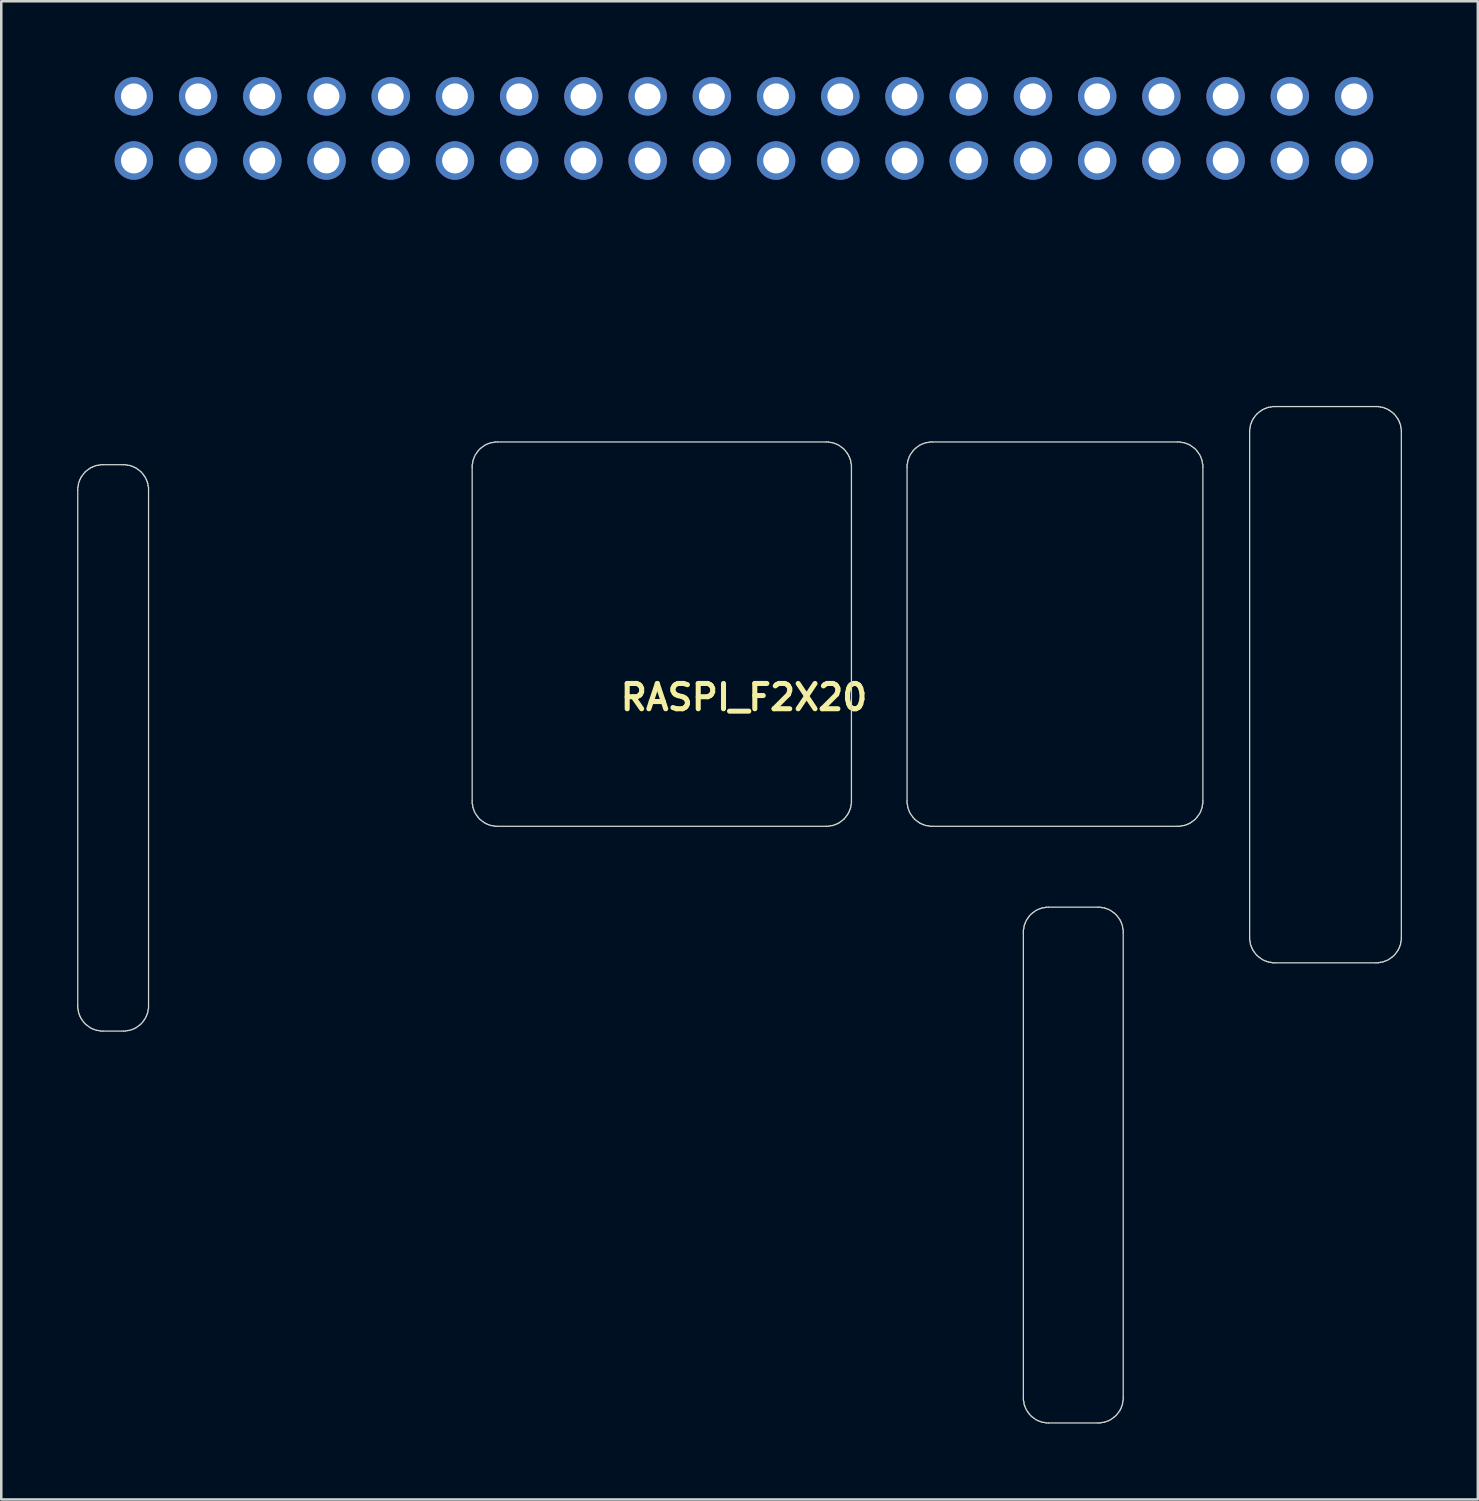
<source format=kicad_pcb>
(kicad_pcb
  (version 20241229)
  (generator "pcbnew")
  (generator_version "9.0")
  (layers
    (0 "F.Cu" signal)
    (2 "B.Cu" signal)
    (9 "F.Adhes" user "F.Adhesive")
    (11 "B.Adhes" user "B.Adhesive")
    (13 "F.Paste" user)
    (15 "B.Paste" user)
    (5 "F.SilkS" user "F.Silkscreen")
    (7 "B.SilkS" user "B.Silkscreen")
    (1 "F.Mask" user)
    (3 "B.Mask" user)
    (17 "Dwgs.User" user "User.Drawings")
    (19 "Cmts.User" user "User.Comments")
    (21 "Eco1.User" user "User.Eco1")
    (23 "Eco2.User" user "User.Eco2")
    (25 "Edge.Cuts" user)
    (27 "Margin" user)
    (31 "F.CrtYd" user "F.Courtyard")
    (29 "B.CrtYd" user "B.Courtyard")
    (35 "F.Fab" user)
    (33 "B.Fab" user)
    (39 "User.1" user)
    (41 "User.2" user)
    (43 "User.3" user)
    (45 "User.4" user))
  (footprint "RASPI_F2X20"
    (layer "F.Cu")
    (at 26.375 26.53)
    (property "Reference" "RASPI_F2X20" (at 0 -2 0) (layer "F.SilkS") (effects (font (size 1 1) (thickness 0.2))))
    (attr through_hole)
    (fp_line (start -26.35 -10.29) (end -26.35 -10.2) (stroke (width 0.05) (type solid)) (layer "Edge.Cuts"))
    (fp_line (start -26.35 -10.2) (end -26.35 10.2) (stroke (width 0.05) (type solid)) (layer "Edge.Cuts"))
    (fp_line (start -26.35 10.2) (end -26.35 10.29) (stroke (width 0.05) (type solid)) (layer "Edge.Cuts"))
    (fp_line (start -26.35 10.29) (end -26.33 10.37) (stroke (width 0.05) (type solid)) (layer "Edge.Cuts"))
    (fp_line (start -26.33 -10.37) (end -26.35 -10.29) (stroke (width 0.05) (type solid)) (layer "Edge.Cuts"))
    (fp_line (start -26.33 10.37) (end -26.32 10.46) (stroke (width 0.05) (type solid)) (layer "Edge.Cuts"))
    (fp_line (start -26.32 -10.46) (end -26.33 -10.37) (stroke (width 0.05) (type solid)) (layer "Edge.Cuts"))
    (fp_line (start -26.32 10.46) (end -26.29 10.54) (stroke (width 0.05) (type solid)) (layer "Edge.Cuts"))
    (fp_line (start -26.29 -10.54) (end -26.32 -10.46) (stroke (width 0.05) (type solid)) (layer "Edge.Cuts"))
    (fp_line (start -26.29 10.54) (end -26.26 10.62) (stroke (width 0.05) (type solid)) (layer "Edge.Cuts"))
    (fp_line (start -26.26 -10.62) (end -26.29 -10.54) (stroke (width 0.05) (type solid)) (layer "Edge.Cuts"))
    (fp_line (start -26.26 10.62) (end -26.22 10.7) (stroke (width 0.05) (type solid)) (layer "Edge.Cuts"))
    (fp_line (start -26.22 -10.7) (end -26.26 -10.62) (stroke (width 0.05) (type solid)) (layer "Edge.Cuts"))
    (fp_line (start -26.22 10.7) (end -26.17 10.77) (stroke (width 0.05) (type solid)) (layer "Edge.Cuts"))
    (fp_line (start -26.17 -10.77) (end -26.22 -10.7) (stroke (width 0.05) (type solid)) (layer "Edge.Cuts"))
    (fp_line (start -26.17 10.77) (end -26.12 10.84) (stroke (width 0.05) (type solid)) (layer "Edge.Cuts"))
    (fp_line (start -26.12 -10.84) (end -26.17 -10.77) (stroke (width 0.05) (type solid)) (layer "Edge.Cuts"))
    (fp_line (start -26.12 10.84) (end -26.06 10.91) (stroke (width 0.05) (type solid)) (layer "Edge.Cuts"))
    (fp_line (start -26.06 -10.91) (end -26.12 -10.84) (stroke (width 0.05) (type solid)) (layer "Edge.Cuts"))
    (fp_line (start -26.06 10.91) (end -25.99 10.97) (stroke (width 0.05) (type solid)) (layer "Edge.Cuts"))
    (fp_line (start -25.99 -10.97) (end -26.06 -10.91) (stroke (width 0.05) (type solid)) (layer "Edge.Cuts"))
    (fp_line (start -25.99 10.97) (end -25.92 11.02) (stroke (width 0.05) (type solid)) (layer "Edge.Cuts"))
    (fp_line (start -25.92 -11.02) (end -25.99 -10.97) (stroke (width 0.05) (type solid)) (layer "Edge.Cuts"))
    (fp_line (start -25.92 11.02) (end -25.85 11.07) (stroke (width 0.05) (type solid)) (layer "Edge.Cuts"))
    (fp_line (start -25.85 -11.07) (end -25.92 -11.02) (stroke (width 0.05) (type solid)) (layer "Edge.Cuts"))
    (fp_line (start -25.85 11.07) (end -25.77 11.11) (stroke (width 0.05) (type solid)) (layer "Edge.Cuts"))
    (fp_line (start -25.77 -11.11) (end -25.85 -11.07) (stroke (width 0.05) (type solid)) (layer "Edge.Cuts"))
    (fp_line (start -25.77 11.11) (end -25.69 11.14) (stroke (width 0.05) (type solid)) (layer "Edge.Cuts"))
    (fp_line (start -25.69 -11.14) (end -25.77 -11.11) (stroke (width 0.05) (type solid)) (layer "Edge.Cuts"))
    (fp_line (start -25.69 11.14) (end -25.61 11.17) (stroke (width 0.05) (type solid)) (layer "Edge.Cuts"))
    (fp_line (start -25.61 -11.17) (end -25.69 -11.14) (stroke (width 0.05) (type solid)) (layer "Edge.Cuts"))
    (fp_line (start -25.61 11.17) (end -25.52 11.18) (stroke (width 0.05) (type solid)) (layer "Edge.Cuts"))
    (fp_line (start -25.52 -11.18) (end -25.61 -11.17) (stroke (width 0.05) (type solid)) (layer "Edge.Cuts"))
    (fp_line (start -25.52 11.18) (end -25.44 11.2) (stroke (width 0.05) (type solid)) (layer "Edge.Cuts"))
    (fp_line (start -25.44 -11.2) (end -25.52 -11.18) (stroke (width 0.05) (type solid)) (layer "Edge.Cuts"))
    (fp_line (start -25.44 11.2) (end -25.35 11.2) (stroke (width 0.05) (type solid)) (layer "Edge.Cuts"))
    (fp_line (start -25.35 -11.2) (end -25.44 -11.2) (stroke (width 0.05) (type solid)) (layer "Edge.Cuts"))
    (fp_line (start -25.35 11.2) (end -24.55 11.2) (stroke (width 0.05) (type solid)) (layer "Edge.Cuts"))
    (fp_line (start -24.55 -11.2) (end -25.35 -11.2) (stroke (width 0.05) (type solid)) (layer "Edge.Cuts"))
    (fp_line (start -24.55 11.2) (end -24.46 11.2) (stroke (width 0.05) (type solid)) (layer "Edge.Cuts"))
    (fp_line (start -24.46 -11.2) (end -24.55 -11.2) (stroke (width 0.05) (type solid)) (layer "Edge.Cuts"))
    (fp_line (start -24.46 11.2) (end -24.38 11.18) (stroke (width 0.05) (type solid)) (layer "Edge.Cuts"))
    (fp_line (start -24.38 -11.18) (end -24.46 -11.2) (stroke (width 0.05) (type solid)) (layer "Edge.Cuts"))
    (fp_line (start -24.38 11.18) (end -24.29 11.17) (stroke (width 0.05) (type solid)) (layer "Edge.Cuts"))
    (fp_line (start -24.29 -11.17) (end -24.38 -11.18) (stroke (width 0.05) (type solid)) (layer "Edge.Cuts"))
    (fp_line (start -24.29 11.17) (end -24.21 11.14) (stroke (width 0.05) (type solid)) (layer "Edge.Cuts"))
    (fp_line (start -24.21 -11.14) (end -24.29 -11.17) (stroke (width 0.05) (type solid)) (layer "Edge.Cuts"))
    (fp_line (start -24.21 11.14) (end -24.13 11.11) (stroke (width 0.05) (type solid)) (layer "Edge.Cuts"))
    (fp_line (start -24.13 -11.11) (end -24.21 -11.14) (stroke (width 0.05) (type solid)) (layer "Edge.Cuts"))
    (fp_line (start -24.13 11.11) (end -24.05 11.07) (stroke (width 0.05) (type solid)) (layer "Edge.Cuts"))
    (fp_line (start -24.05 -11.07) (end -24.13 -11.11) (stroke (width 0.05) (type solid)) (layer "Edge.Cuts"))
    (fp_line (start -24.05 11.07) (end -23.98 11.02) (stroke (width 0.05) (type solid)) (layer "Edge.Cuts"))
    (fp_line (start -23.98 -11.02) (end -24.05 -11.07) (stroke (width 0.05) (type solid)) (layer "Edge.Cuts"))
    (fp_line (start -23.98 11.02) (end -23.91 10.97) (stroke (width 0.05) (type solid)) (layer "Edge.Cuts"))
    (fp_line (start -23.91 -10.97) (end -23.98 -11.02) (stroke (width 0.05) (type solid)) (layer "Edge.Cuts"))
    (fp_line (start -23.91 10.97) (end -23.84 10.91) (stroke (width 0.05) (type solid)) (layer "Edge.Cuts"))
    (fp_line (start -23.84 -10.91) (end -23.91 -10.97) (stroke (width 0.05) (type solid)) (layer "Edge.Cuts"))
    (fp_line (start -23.84 10.91) (end -23.78 10.84) (stroke (width 0.05) (type solid)) (layer "Edge.Cuts"))
    (fp_line (start -23.78 -10.84) (end -23.84 -10.91) (stroke (width 0.05) (type solid)) (layer "Edge.Cuts"))
    (fp_line (start -23.78 10.84) (end -23.73 10.77) (stroke (width 0.05) (type solid)) (layer "Edge.Cuts"))
    (fp_line (start -23.73 -10.77) (end -23.78 -10.84) (stroke (width 0.05) (type solid)) (layer "Edge.Cuts"))
    (fp_line (start -23.73 10.77) (end -23.68 10.7) (stroke (width 0.05) (type solid)) (layer "Edge.Cuts"))
    (fp_line (start -23.68 -10.7) (end -23.73 -10.77) (stroke (width 0.05) (type solid)) (layer "Edge.Cuts"))
    (fp_line (start -23.68 10.7) (end -23.64 10.62) (stroke (width 0.05) (type solid)) (layer "Edge.Cuts"))
    (fp_line (start -23.64 -10.62) (end -23.68 -10.7) (stroke (width 0.05) (type solid)) (layer "Edge.Cuts"))
    (fp_line (start -23.64 10.62) (end -23.61 10.54) (stroke (width 0.05) (type solid)) (layer "Edge.Cuts"))
    (fp_line (start -23.61 -10.54) (end -23.64 -10.62) (stroke (width 0.05) (type solid)) (layer "Edge.Cuts"))
    (fp_line (start -23.61 10.54) (end -23.58 10.46) (stroke (width 0.05) (type solid)) (layer "Edge.Cuts"))
    (fp_line (start -23.58 -10.46) (end -23.61 -10.54) (stroke (width 0.05) (type solid)) (layer "Edge.Cuts"))
    (fp_line (start -23.58 10.46) (end -23.57 10.37) (stroke (width 0.05) (type solid)) (layer "Edge.Cuts"))
    (fp_line (start -23.57 -10.37) (end -23.58 -10.46) (stroke (width 0.05) (type solid)) (layer "Edge.Cuts"))
    (fp_line (start -23.57 10.37) (end -23.55 10.29) (stroke (width 0.05) (type solid)) (layer "Edge.Cuts"))
    (fp_line (start -23.55 -10.29) (end -23.57 -10.37) (stroke (width 0.05) (type solid)) (layer "Edge.Cuts"))
    (fp_line (start -23.55 -10.2) (end -23.55 -10.29) (stroke (width 0.05) (type solid)) (layer "Edge.Cuts"))
    (fp_line (start -23.55 10.2) (end -23.55 -10.2) (stroke (width 0.05) (type solid)) (layer "Edge.Cuts"))
    (fp_line (start -23.55 10.29) (end -23.55 10.2) (stroke (width 0.05) (type solid)) (layer "Edge.Cuts"))
    (fp_line (start -10.75 -11.19) (end -10.75 -11.1) (stroke (width 0.05) (type solid)) (layer "Edge.Cuts"))
    (fp_line (start -10.75 -11.1) (end -10.75 2.1) (stroke (width 0.05) (type solid)) (layer "Edge.Cuts"))
    (fp_line (start -10.75 2.1) (end -10.75 2.19) (stroke (width 0.05) (type solid)) (layer "Edge.Cuts"))
    (fp_line (start -10.75 2.19) (end -10.73 2.27) (stroke (width 0.05) (type solid)) (layer "Edge.Cuts"))
    (fp_line (start -10.73 -11.27) (end -10.75 -11.19) (stroke (width 0.05) (type solid)) (layer "Edge.Cuts"))
    (fp_line (start -10.73 2.27) (end -10.72 2.36) (stroke (width 0.05) (type solid)) (layer "Edge.Cuts"))
    (fp_line (start -10.72 -11.36) (end -10.73 -11.27) (stroke (width 0.05) (type solid)) (layer "Edge.Cuts"))
    (fp_line (start -10.72 2.36) (end -10.69 2.44) (stroke (width 0.05) (type solid)) (layer "Edge.Cuts"))
    (fp_line (start -10.69 -11.44) (end -10.72 -11.36) (stroke (width 0.05) (type solid)) (layer "Edge.Cuts"))
    (fp_line (start -10.69 2.44) (end -10.66 2.52) (stroke (width 0.05) (type solid)) (layer "Edge.Cuts"))
    (fp_line (start -10.66 -11.52) (end -10.69 -11.44) (stroke (width 0.05) (type solid)) (layer "Edge.Cuts"))
    (fp_line (start -10.66 2.52) (end -10.62 2.6) (stroke (width 0.05) (type solid)) (layer "Edge.Cuts"))
    (fp_line (start -10.62 -11.6) (end -10.66 -11.52) (stroke (width 0.05) (type solid)) (layer "Edge.Cuts"))
    (fp_line (start -10.62 2.6) (end -10.57 2.67) (stroke (width 0.05) (type solid)) (layer "Edge.Cuts"))
    (fp_line (start -10.57 -11.67) (end -10.62 -11.6) (stroke (width 0.05) (type solid)) (layer "Edge.Cuts"))
    (fp_line (start -10.57 2.67) (end -10.52 2.74) (stroke (width 0.05) (type solid)) (layer "Edge.Cuts"))
    (fp_line (start -10.52 -11.74) (end -10.57 -11.67) (stroke (width 0.05) (type solid)) (layer "Edge.Cuts"))
    (fp_line (start -10.52 2.74) (end -10.46 2.81) (stroke (width 0.05) (type solid)) (layer "Edge.Cuts"))
    (fp_line (start -10.46 -11.81) (end -10.52 -11.74) (stroke (width 0.05) (type solid)) (layer "Edge.Cuts"))
    (fp_line (start -10.46 2.81) (end -10.39 2.87) (stroke (width 0.05) (type solid)) (layer "Edge.Cuts"))
    (fp_line (start -10.39 -11.87) (end -10.46 -11.81) (stroke (width 0.05) (type solid)) (layer "Edge.Cuts"))
    (fp_line (start -10.39 2.87) (end -10.32 2.92) (stroke (width 0.05) (type solid)) (layer "Edge.Cuts"))
    (fp_line (start -10.32 -11.92) (end -10.39 -11.87) (stroke (width 0.05) (type solid)) (layer "Edge.Cuts"))
    (fp_line (start -10.32 2.92) (end -10.25 2.97) (stroke (width 0.05) (type solid)) (layer "Edge.Cuts"))
    (fp_line (start -10.25 -11.97) (end -10.32 -11.92) (stroke (width 0.05) (type solid)) (layer "Edge.Cuts"))
    (fp_line (start -10.25 2.97) (end -10.17 3.01) (stroke (width 0.05) (type solid)) (layer "Edge.Cuts"))
    (fp_line (start -10.17 -12.01) (end -10.25 -11.97) (stroke (width 0.05) (type solid)) (layer "Edge.Cuts"))
    (fp_line (start -10.17 3.01) (end -10.09 3.04) (stroke (width 0.05) (type solid)) (layer "Edge.Cuts"))
    (fp_line (start -10.09 -12.04) (end -10.17 -12.01) (stroke (width 0.05) (type solid)) (layer "Edge.Cuts"))
    (fp_line (start -10.09 3.04) (end -10.01 3.07) (stroke (width 0.05) (type solid)) (layer "Edge.Cuts"))
    (fp_line (start -10.01 -12.07) (end -10.09 -12.04) (stroke (width 0.05) (type solid)) (layer "Edge.Cuts"))
    (fp_line (start -10.01 3.07) (end -9.92 3.08) (stroke (width 0.05) (type solid)) (layer "Edge.Cuts"))
    (fp_line (start -9.92 -12.08) (end -10.01 -12.07) (stroke (width 0.05) (type solid)) (layer "Edge.Cuts"))
    (fp_line (start -9.92 3.08) (end -9.84 3.1) (stroke (width 0.05) (type solid)) (layer "Edge.Cuts"))
    (fp_line (start -9.84 -12.1) (end -9.92 -12.08) (stroke (width 0.05) (type solid)) (layer "Edge.Cuts"))
    (fp_line (start -9.84 3.1) (end -9.75 3.1) (stroke (width 0.05) (type solid)) (layer "Edge.Cuts"))
    (fp_line (start -9.75 -12.1) (end -9.84 -12.1) (stroke (width 0.05) (type solid)) (layer "Edge.Cuts"))
    (fp_line (start -9.75 3.1) (end 3.25 3.1) (stroke (width 0.05) (type solid)) (layer "Edge.Cuts"))
    (fp_line (start 3.25 -12.1) (end -9.75 -12.1) (stroke (width 0.05) (type solid)) (layer "Edge.Cuts"))
    (fp_line (start 3.25 3.1) (end 3.34 3.1) (stroke (width 0.05) (type solid)) (layer "Edge.Cuts"))
    (fp_line (start 3.34 -12.1) (end 3.25 -12.1) (stroke (width 0.05) (type solid)) (layer "Edge.Cuts"))
    (fp_line (start 3.34 3.1) (end 3.42 3.08) (stroke (width 0.05) (type solid)) (layer "Edge.Cuts"))
    (fp_line (start 3.42 -12.08) (end 3.34 -12.1) (stroke (width 0.05) (type solid)) (layer "Edge.Cuts"))
    (fp_line (start 3.42 3.08) (end 3.51 3.07) (stroke (width 0.05) (type solid)) (layer "Edge.Cuts"))
    (fp_line (start 3.51 -12.07) (end 3.42 -12.08) (stroke (width 0.05) (type solid)) (layer "Edge.Cuts"))
    (fp_line (start 3.51 3.07) (end 3.59 3.04) (stroke (width 0.05) (type solid)) (layer "Edge.Cuts"))
    (fp_line (start 3.59 -12.04) (end 3.51 -12.07) (stroke (width 0.05) (type solid)) (layer "Edge.Cuts"))
    (fp_line (start 3.59 3.04) (end 3.67 3.01) (stroke (width 0.05) (type solid)) (layer "Edge.Cuts"))
    (fp_line (start 3.67 -12.01) (end 3.59 -12.04) (stroke (width 0.05) (type solid)) (layer "Edge.Cuts"))
    (fp_line (start 3.67 3.01) (end 3.75 2.97) (stroke (width 0.05) (type solid)) (layer "Edge.Cuts"))
    (fp_line (start 3.75 -11.97) (end 3.67 -12.01) (stroke (width 0.05) (type solid)) (layer "Edge.Cuts"))
    (fp_line (start 3.75 2.97) (end 3.82 2.92) (stroke (width 0.05) (type solid)) (layer "Edge.Cuts"))
    (fp_line (start 3.82 -11.92) (end 3.75 -11.97) (stroke (width 0.05) (type solid)) (layer "Edge.Cuts"))
    (fp_line (start 3.82 2.92) (end 3.89 2.87) (stroke (width 0.05) (type solid)) (layer "Edge.Cuts"))
    (fp_line (start 3.89 -11.87) (end 3.82 -11.92) (stroke (width 0.05) (type solid)) (layer "Edge.Cuts"))
    (fp_line (start 3.89 2.87) (end 3.96 2.81) (stroke (width 0.05) (type solid)) (layer "Edge.Cuts"))
    (fp_line (start 3.96 -11.81) (end 3.89 -11.87) (stroke (width 0.05) (type solid)) (layer "Edge.Cuts"))
    (fp_line (start 3.96 2.81) (end 4.02 2.74) (stroke (width 0.05) (type solid)) (layer "Edge.Cuts"))
    (fp_line (start 4.02 -11.74) (end 3.96 -11.81) (stroke (width 0.05) (type solid)) (layer "Edge.Cuts"))
    (fp_line (start 4.02 2.74) (end 4.07 2.67) (stroke (width 0.05) (type solid)) (layer "Edge.Cuts"))
    (fp_line (start 4.07 -11.67) (end 4.02 -11.74) (stroke (width 0.05) (type solid)) (layer "Edge.Cuts"))
    (fp_line (start 4.07 2.67) (end 4.12 2.6) (stroke (width 0.05) (type solid)) (layer "Edge.Cuts"))
    (fp_line (start 4.12 -11.6) (end 4.07 -11.67) (stroke (width 0.05) (type solid)) (layer "Edge.Cuts"))
    (fp_line (start 4.12 2.6) (end 4.16 2.52) (stroke (width 0.05) (type solid)) (layer "Edge.Cuts"))
    (fp_line (start 4.16 -11.52) (end 4.12 -11.6) (stroke (width 0.05) (type solid)) (layer "Edge.Cuts"))
    (fp_line (start 4.16 2.52) (end 4.19 2.44) (stroke (width 0.05) (type solid)) (layer "Edge.Cuts"))
    (fp_line (start 4.19 -11.44) (end 4.16 -11.52) (stroke (width 0.05) (type solid)) (layer "Edge.Cuts"))
    (fp_line (start 4.19 2.44) (end 4.22 2.36) (stroke (width 0.05) (type solid)) (layer "Edge.Cuts"))
    (fp_line (start 4.22 -11.36) (end 4.19 -11.44) (stroke (width 0.05) (type solid)) (layer "Edge.Cuts"))
    (fp_line (start 4.22 2.36) (end 4.23 2.27) (stroke (width 0.05) (type solid)) (layer "Edge.Cuts"))
    (fp_line (start 4.23 -11.27) (end 4.22 -11.36) (stroke (width 0.05) (type solid)) (layer "Edge.Cuts"))
    (fp_line (start 4.23 2.27) (end 4.25 2.19) (stroke (width 0.05) (type solid)) (layer "Edge.Cuts"))
    (fp_line (start 4.25 -11.19) (end 4.23 -11.27) (stroke (width 0.05) (type solid)) (layer "Edge.Cuts"))
    (fp_line (start 4.25 -11.1) (end 4.25 -11.19) (stroke (width 0.05) (type solid)) (layer "Edge.Cuts"))
    (fp_line (start 4.25 2.1) (end 4.25 -11.1) (stroke (width 0.05) (type solid)) (layer "Edge.Cuts"))
    (fp_line (start 4.25 2.19) (end 4.25 2.1) (stroke (width 0.05) (type solid)) (layer "Edge.Cuts"))
    (fp_line (start 6.45 -11.19) (end 6.45 -11.1) (stroke (width 0.05) (type solid)) (layer "Edge.Cuts"))
    (fp_line (start 6.45 -11.1) (end 6.45 2.1) (stroke (width 0.05) (type solid)) (layer "Edge.Cuts"))
    (fp_line (start 6.45 2.1) (end 6.45 2.19) (stroke (width 0.05) (type solid)) (layer "Edge.Cuts"))
    (fp_line (start 6.45 2.19) (end 6.47 2.27) (stroke (width 0.05) (type solid)) (layer "Edge.Cuts"))
    (fp_line (start 6.47 -11.27) (end 6.45 -11.19) (stroke (width 0.05) (type solid)) (layer "Edge.Cuts"))
    (fp_line (start 6.47 2.27) (end 6.48 2.36) (stroke (width 0.05) (type solid)) (layer "Edge.Cuts"))
    (fp_line (start 6.48 -11.36) (end 6.47 -11.27) (stroke (width 0.05) (type solid)) (layer "Edge.Cuts"))
    (fp_line (start 6.48 2.36) (end 6.51 2.44) (stroke (width 0.05) (type solid)) (layer "Edge.Cuts"))
    (fp_line (start 6.51 -11.44) (end 6.48 -11.36) (stroke (width 0.05) (type solid)) (layer "Edge.Cuts"))
    (fp_line (start 6.51 2.44) (end 6.54 2.52) (stroke (width 0.05) (type solid)) (layer "Edge.Cuts"))
    (fp_line (start 6.54 -11.52) (end 6.51 -11.44) (stroke (width 0.05) (type solid)) (layer "Edge.Cuts"))
    (fp_line (start 6.54 2.52) (end 6.58 2.6) (stroke (width 0.05) (type solid)) (layer "Edge.Cuts"))
    (fp_line (start 6.58 -11.6) (end 6.54 -11.52) (stroke (width 0.05) (type solid)) (layer "Edge.Cuts"))
    (fp_line (start 6.58 2.6) (end 6.63 2.67) (stroke (width 0.05) (type solid)) (layer "Edge.Cuts"))
    (fp_line (start 6.63 -11.67) (end 6.58 -11.6) (stroke (width 0.05) (type solid)) (layer "Edge.Cuts"))
    (fp_line (start 6.63 2.67) (end 6.68 2.74) (stroke (width 0.05) (type solid)) (layer "Edge.Cuts"))
    (fp_line (start 6.68 -11.74) (end 6.63 -11.67) (stroke (width 0.05) (type solid)) (layer "Edge.Cuts"))
    (fp_line (start 6.68 2.74) (end 6.74 2.81) (stroke (width 0.05) (type solid)) (layer "Edge.Cuts"))
    (fp_line (start 6.74 -11.81) (end 6.68 -11.74) (stroke (width 0.05) (type solid)) (layer "Edge.Cuts"))
    (fp_line (start 6.74 2.81) (end 6.81 2.87) (stroke (width 0.05) (type solid)) (layer "Edge.Cuts"))
    (fp_line (start 6.81 -11.87) (end 6.74 -11.81) (stroke (width 0.05) (type solid)) (layer "Edge.Cuts"))
    (fp_line (start 6.81 2.87) (end 6.88 2.92) (stroke (width 0.05) (type solid)) (layer "Edge.Cuts"))
    (fp_line (start 6.88 -11.92) (end 6.81 -11.87) (stroke (width 0.05) (type solid)) (layer "Edge.Cuts"))
    (fp_line (start 6.88 2.92) (end 6.95 2.97) (stroke (width 0.05) (type solid)) (layer "Edge.Cuts"))
    (fp_line (start 6.95 -11.97) (end 6.88 -11.92) (stroke (width 0.05) (type solid)) (layer "Edge.Cuts"))
    (fp_line (start 6.95 2.97) (end 7.03 3.01) (stroke (width 0.05) (type solid)) (layer "Edge.Cuts"))
    (fp_line (start 7.03 -12.01) (end 6.95 -11.97) (stroke (width 0.05) (type solid)) (layer "Edge.Cuts"))
    (fp_line (start 7.03 3.01) (end 7.11 3.04) (stroke (width 0.05) (type solid)) (layer "Edge.Cuts"))
    (fp_line (start 7.11 -12.04) (end 7.03 -12.01) (stroke (width 0.05) (type solid)) (layer "Edge.Cuts"))
    (fp_line (start 7.11 3.04) (end 7.19 3.07) (stroke (width 0.05) (type solid)) (layer "Edge.Cuts"))
    (fp_line (start 7.19 -12.07) (end 7.11 -12.04) (stroke (width 0.05) (type solid)) (layer "Edge.Cuts"))
    (fp_line (start 7.19 3.07) (end 7.28 3.08) (stroke (width 0.05) (type solid)) (layer "Edge.Cuts"))
    (fp_line (start 7.28 -12.08) (end 7.19 -12.07) (stroke (width 0.05) (type solid)) (layer "Edge.Cuts"))
    (fp_line (start 7.28 3.08) (end 7.36 3.1) (stroke (width 0.05) (type solid)) (layer "Edge.Cuts"))
    (fp_line (start 7.36 -12.1) (end 7.28 -12.08) (stroke (width 0.05) (type solid)) (layer "Edge.Cuts"))
    (fp_line (start 7.36 3.1) (end 7.45 3.1) (stroke (width 0.05) (type solid)) (layer "Edge.Cuts"))
    (fp_line (start 7.45 -12.1) (end 7.36 -12.1) (stroke (width 0.05) (type solid)) (layer "Edge.Cuts"))
    (fp_line (start 7.45 3.1) (end 17.15 3.1) (stroke (width 0.05) (type solid)) (layer "Edge.Cuts"))
    (fp_line (start 11.05 7.21) (end 11.05 7.3) (stroke (width 0.05) (type solid)) (layer "Edge.Cuts"))
    (fp_line (start 11.05 7.3) (end 11.05 25.7) (stroke (width 0.05) (type solid)) (layer "Edge.Cuts"))
    (fp_line (start 11.05 25.7) (end 11.05 25.79) (stroke (width 0.05) (type solid)) (layer "Edge.Cuts"))
    (fp_line (start 11.05 25.79) (end 11.07 25.87) (stroke (width 0.05) (type solid)) (layer "Edge.Cuts"))
    (fp_line (start 11.07 7.13) (end 11.05 7.21) (stroke (width 0.05) (type solid)) (layer "Edge.Cuts"))
    (fp_line (start 11.07 25.87) (end 11.08 25.96) (stroke (width 0.05) (type solid)) (layer "Edge.Cuts"))
    (fp_line (start 11.08 7.04) (end 11.07 7.13) (stroke (width 0.05) (type solid)) (layer "Edge.Cuts"))
    (fp_line (start 11.08 25.96) (end 11.11 26.04) (stroke (width 0.05) (type solid)) (layer "Edge.Cuts"))
    (fp_line (start 11.11 6.96) (end 11.08 7.04) (stroke (width 0.05) (type solid)) (layer "Edge.Cuts"))
    (fp_line (start 11.11 26.04) (end 11.14 26.12) (stroke (width 0.05) (type solid)) (layer "Edge.Cuts"))
    (fp_line (start 11.14 6.88) (end 11.11 6.96) (stroke (width 0.05) (type solid)) (layer "Edge.Cuts"))
    (fp_line (start 11.14 26.12) (end 11.18 26.2) (stroke (width 0.05) (type solid)) (layer "Edge.Cuts"))
    (fp_line (start 11.18 6.8) (end 11.14 6.88) (stroke (width 0.05) (type solid)) (layer "Edge.Cuts"))
    (fp_line (start 11.18 26.2) (end 11.23 26.27) (stroke (width 0.05) (type solid)) (layer "Edge.Cuts"))
    (fp_line (start 11.23 6.73) (end 11.18 6.8) (stroke (width 0.05) (type solid)) (layer "Edge.Cuts"))
    (fp_line (start 11.23 26.27) (end 11.28 26.34) (stroke (width 0.05) (type solid)) (layer "Edge.Cuts"))
    (fp_line (start 11.28 6.66) (end 11.23 6.73) (stroke (width 0.05) (type solid)) (layer "Edge.Cuts"))
    (fp_line (start 11.28 26.34) (end 11.34 26.41) (stroke (width 0.05) (type solid)) (layer "Edge.Cuts"))
    (fp_line (start 11.34 6.59) (end 11.28 6.66) (stroke (width 0.05) (type solid)) (layer "Edge.Cuts"))
    (fp_line (start 11.34 26.41) (end 11.41 26.47) (stroke (width 0.05) (type solid)) (layer "Edge.Cuts"))
    (fp_line (start 11.41 6.53) (end 11.34 6.59) (stroke (width 0.05) (type solid)) (layer "Edge.Cuts"))
    (fp_line (start 11.41 26.47) (end 11.48 26.52) (stroke (width 0.05) (type solid)) (layer "Edge.Cuts"))
    (fp_line (start 11.48 6.48) (end 11.41 6.53) (stroke (width 0.05) (type solid)) (layer "Edge.Cuts"))
    (fp_line (start 11.48 26.52) (end 11.55 26.57) (stroke (width 0.05) (type solid)) (layer "Edge.Cuts"))
    (fp_line (start 11.55 6.43) (end 11.48 6.48) (stroke (width 0.05) (type solid)) (layer "Edge.Cuts"))
    (fp_line (start 11.55 26.57) (end 11.63 26.61) (stroke (width 0.05) (type solid)) (layer "Edge.Cuts"))
    (fp_line (start 11.63 6.39) (end 11.55 6.43) (stroke (width 0.05) (type solid)) (layer "Edge.Cuts"))
    (fp_line (start 11.63 26.61) (end 11.71 26.64) (stroke (width 0.05) (type solid)) (layer "Edge.Cuts"))
    (fp_line (start 11.71 6.36) (end 11.63 6.39) (stroke (width 0.05) (type solid)) (layer "Edge.Cuts"))
    (fp_line (start 11.71 26.64) (end 11.79 26.67) (stroke (width 0.05) (type solid)) (layer "Edge.Cuts"))
    (fp_line (start 11.79 6.33) (end 11.71 6.36) (stroke (width 0.05) (type solid)) (layer "Edge.Cuts"))
    (fp_line (start 11.79 26.67) (end 11.88 26.68) (stroke (width 0.05) (type solid)) (layer "Edge.Cuts"))
    (fp_line (start 11.88 6.32) (end 11.79 6.33) (stroke (width 0.05) (type solid)) (layer "Edge.Cuts"))
    (fp_line (start 11.88 26.68) (end 11.96 26.7) (stroke (width 0.05) (type solid)) (layer "Edge.Cuts"))
    (fp_line (start 11.96 6.3) (end 11.88 6.32) (stroke (width 0.05) (type solid)) (layer "Edge.Cuts"))
    (fp_line (start 11.96 26.7) (end 12.05 26.7) (stroke (width 0.05) (type solid)) (layer "Edge.Cuts"))
    (fp_line (start 12.05 6.3) (end 11.96 6.3) (stroke (width 0.05) (type solid)) (layer "Edge.Cuts"))
    (fp_line (start 12.05 26.7) (end 14 26.7) (stroke (width 0.05) (type solid)) (layer "Edge.Cuts"))
    (fp_line (start 14 6.3) (end 12.05 6.3) (stroke (width 0.05) (type solid)) (layer "Edge.Cuts"))
    (fp_line (start 14 26.7) (end 14.09 26.7) (stroke (width 0.05) (type solid)) (layer "Edge.Cuts"))
    (fp_line (start 14.09 6.3) (end 14 6.3) (stroke (width 0.05) (type solid)) (layer "Edge.Cuts"))
    (fp_line (start 14.09 26.7) (end 14.17 26.68) (stroke (width 0.05) (type solid)) (layer "Edge.Cuts"))
    (fp_line (start 14.17 6.32) (end 14.09 6.3) (stroke (width 0.05) (type solid)) (layer "Edge.Cuts"))
    (fp_line (start 14.17 26.68) (end 14.26 26.67) (stroke (width 0.05) (type solid)) (layer "Edge.Cuts"))
    (fp_line (start 14.26 6.33) (end 14.17 6.32) (stroke (width 0.05) (type solid)) (layer "Edge.Cuts"))
    (fp_line (start 14.26 26.67) (end 14.34 26.64) (stroke (width 0.05) (type solid)) (layer "Edge.Cuts"))
    (fp_line (start 14.34 6.36) (end 14.26 6.33) (stroke (width 0.05) (type solid)) (layer "Edge.Cuts"))
    (fp_line (start 14.34 26.64) (end 14.42 26.61) (stroke (width 0.05) (type solid)) (layer "Edge.Cuts"))
    (fp_line (start 14.42 6.39) (end 14.34 6.36) (stroke (width 0.05) (type solid)) (layer "Edge.Cuts"))
    (fp_line (start 14.42 26.61) (end 14.5 26.57) (stroke (width 0.05) (type solid)) (layer "Edge.Cuts"))
    (fp_line (start 14.5 6.43) (end 14.42 6.39) (stroke (width 0.05) (type solid)) (layer "Edge.Cuts"))
    (fp_line (start 14.5 26.57) (end 14.57 26.52) (stroke (width 0.05) (type solid)) (layer "Edge.Cuts"))
    (fp_line (start 14.57 6.48) (end 14.5 6.43) (stroke (width 0.05) (type solid)) (layer "Edge.Cuts"))
    (fp_line (start 14.57 26.52) (end 14.64 26.47) (stroke (width 0.05) (type solid)) (layer "Edge.Cuts"))
    (fp_line (start 14.64 6.53) (end 14.57 6.48) (stroke (width 0.05) (type solid)) (layer "Edge.Cuts"))
    (fp_line (start 14.64 26.47) (end 14.71 26.41) (stroke (width 0.05) (type solid)) (layer "Edge.Cuts"))
    (fp_line (start 14.71 6.59) (end 14.64 6.53) (stroke (width 0.05) (type solid)) (layer "Edge.Cuts"))
    (fp_line (start 14.71 26.41) (end 14.77 26.34) (stroke (width 0.05) (type solid)) (layer "Edge.Cuts"))
    (fp_line (start 14.77 6.66) (end 14.71 6.59) (stroke (width 0.05) (type solid)) (layer "Edge.Cuts"))
    (fp_line (start 14.77 26.34) (end 14.82 26.27) (stroke (width 0.05) (type solid)) (layer "Edge.Cuts"))
    (fp_line (start 14.82 6.73) (end 14.77 6.66) (stroke (width 0.05) (type solid)) (layer "Edge.Cuts"))
    (fp_line (start 14.82 26.27) (end 14.87 26.2) (stroke (width 0.05) (type solid)) (layer "Edge.Cuts"))
    (fp_line (start 14.87 6.8) (end 14.82 6.73) (stroke (width 0.05) (type solid)) (layer "Edge.Cuts"))
    (fp_line (start 14.87 26.2) (end 14.91 26.12) (stroke (width 0.05) (type solid)) (layer "Edge.Cuts"))
    (fp_line (start 14.91 6.88) (end 14.87 6.8) (stroke (width 0.05) (type solid)) (layer "Edge.Cuts"))
    (fp_line (start 14.91 26.12) (end 14.94 26.04) (stroke (width 0.05) (type solid)) (layer "Edge.Cuts"))
    (fp_line (start 14.94 6.96) (end 14.91 6.88) (stroke (width 0.05) (type solid)) (layer "Edge.Cuts"))
    (fp_line (start 14.94 26.04) (end 14.97 25.96) (stroke (width 0.05) (type solid)) (layer "Edge.Cuts"))
    (fp_line (start 14.97 7.04) (end 14.94 6.96) (stroke (width 0.05) (type solid)) (layer "Edge.Cuts"))
    (fp_line (start 14.97 25.96) (end 14.98 25.87) (stroke (width 0.05) (type solid)) (layer "Edge.Cuts"))
    (fp_line (start 14.98 7.13) (end 14.97 7.04) (stroke (width 0.05) (type solid)) (layer "Edge.Cuts"))
    (fp_line (start 14.98 25.87) (end 15 25.79) (stroke (width 0.05) (type solid)) (layer "Edge.Cuts"))
    (fp_line (start 15 7.21) (end 14.98 7.13) (stroke (width 0.05) (type solid)) (layer "Edge.Cuts"))
    (fp_line (start 15 7.3) (end 15 7.21) (stroke (width 0.05) (type solid)) (layer "Edge.Cuts"))
    (fp_line (start 15 25.7) (end 15 7.3) (stroke (width 0.05) (type solid)) (layer "Edge.Cuts"))
    (fp_line (start 15 25.79) (end 15 25.7) (stroke (width 0.05) (type solid)) (layer "Edge.Cuts"))
    (fp_line (start 17.15 -12.1) (end 7.45 -12.1) (stroke (width 0.05) (type solid)) (layer "Edge.Cuts"))
    (fp_line (start 17.15 3.1) (end 17.24 3.1) (stroke (width 0.05) (type solid)) (layer "Edge.Cuts"))
    (fp_line (start 17.24 -12.1) (end 17.15 -12.1) (stroke (width 0.05) (type solid)) (layer "Edge.Cuts"))
    (fp_line (start 17.24 3.1) (end 17.32 3.08) (stroke (width 0.05) (type solid)) (layer "Edge.Cuts"))
    (fp_line (start 17.32 -12.08) (end 17.24 -12.1) (stroke (width 0.05) (type solid)) (layer "Edge.Cuts"))
    (fp_line (start 17.32 3.08) (end 17.41 3.07) (stroke (width 0.05) (type solid)) (layer "Edge.Cuts"))
    (fp_line (start 17.41 -12.07) (end 17.32 -12.08) (stroke (width 0.05) (type solid)) (layer "Edge.Cuts"))
    (fp_line (start 17.41 3.07) (end 17.49 3.04) (stroke (width 0.05) (type solid)) (layer "Edge.Cuts"))
    (fp_line (start 17.49 -12.04) (end 17.41 -12.07) (stroke (width 0.05) (type solid)) (layer "Edge.Cuts"))
    (fp_line (start 17.49 3.04) (end 17.57 3.01) (stroke (width 0.05) (type solid)) (layer "Edge.Cuts"))
    (fp_line (start 17.57 -12.01) (end 17.49 -12.04) (stroke (width 0.05) (type solid)) (layer "Edge.Cuts"))
    (fp_line (start 17.57 3.01) (end 17.65 2.97) (stroke (width 0.05) (type solid)) (layer "Edge.Cuts"))
    (fp_line (start 17.65 -11.97) (end 17.57 -12.01) (stroke (width 0.05) (type solid)) (layer "Edge.Cuts"))
    (fp_line (start 17.65 2.97) (end 17.72 2.92) (stroke (width 0.05) (type solid)) (layer "Edge.Cuts"))
    (fp_line (start 17.72 -11.92) (end 17.65 -11.97) (stroke (width 0.05) (type solid)) (layer "Edge.Cuts"))
    (fp_line (start 17.72 2.92) (end 17.79 2.87) (stroke (width 0.05) (type solid)) (layer "Edge.Cuts"))
    (fp_line (start 17.79 -11.87) (end 17.72 -11.92) (stroke (width 0.05) (type solid)) (layer "Edge.Cuts"))
    (fp_line (start 17.79 2.87) (end 17.86 2.81) (stroke (width 0.05) (type solid)) (layer "Edge.Cuts"))
    (fp_line (start 17.86 -11.81) (end 17.79 -11.87) (stroke (width 0.05) (type solid)) (layer "Edge.Cuts"))
    (fp_line (start 17.86 2.81) (end 17.92 2.74) (stroke (width 0.05) (type solid)) (layer "Edge.Cuts"))
    (fp_line (start 17.92 -11.74) (end 17.86 -11.81) (stroke (width 0.05) (type solid)) (layer "Edge.Cuts"))
    (fp_line (start 17.92 2.74) (end 17.97 2.67) (stroke (width 0.05) (type solid)) (layer "Edge.Cuts"))
    (fp_line (start 17.97 -11.67) (end 17.92 -11.74) (stroke (width 0.05) (type solid)) (layer "Edge.Cuts"))
    (fp_line (start 17.97 2.67) (end 18.02 2.6) (stroke (width 0.05) (type solid)) (layer "Edge.Cuts"))
    (fp_line (start 18.02 -11.6) (end 17.97 -11.67) (stroke (width 0.05) (type solid)) (layer "Edge.Cuts"))
    (fp_line (start 18.02 2.6) (end 18.06 2.52) (stroke (width 0.05) (type solid)) (layer "Edge.Cuts"))
    (fp_line (start 18.06 -11.52) (end 18.02 -11.6) (stroke (width 0.05) (type solid)) (layer "Edge.Cuts"))
    (fp_line (start 18.06 2.52) (end 18.09 2.44) (stroke (width 0.05) (type solid)) (layer "Edge.Cuts"))
    (fp_line (start 18.09 -11.44) (end 18.06 -11.52) (stroke (width 0.05) (type solid)) (layer "Edge.Cuts"))
    (fp_line (start 18.09 2.44) (end 18.12 2.36) (stroke (width 0.05) (type solid)) (layer "Edge.Cuts"))
    (fp_line (start 18.12 -11.36) (end 18.09 -11.44) (stroke (width 0.05) (type solid)) (layer "Edge.Cuts"))
    (fp_line (start 18.12 2.36) (end 18.13 2.27) (stroke (width 0.05) (type solid)) (layer "Edge.Cuts"))
    (fp_line (start 18.13 -11.27) (end 18.12 -11.36) (stroke (width 0.05) (type solid)) (layer "Edge.Cuts"))
    (fp_line (start 18.13 2.27) (end 18.15 2.19) (stroke (width 0.05) (type solid)) (layer "Edge.Cuts"))
    (fp_line (start 18.15 -11.19) (end 18.13 -11.27) (stroke (width 0.05) (type solid)) (layer "Edge.Cuts"))
    (fp_line (start 18.15 -11.1) (end 18.15 -11.19) (stroke (width 0.05) (type solid)) (layer "Edge.Cuts"))
    (fp_line (start 18.15 2.1) (end 18.15 -11.1) (stroke (width 0.05) (type solid)) (layer "Edge.Cuts"))
    (fp_line (start 18.15 2.19) (end 18.15 2.1) (stroke (width 0.05) (type solid)) (layer "Edge.Cuts"))
    (fp_line (start 20 -12.59) (end 20 -12.5) (stroke (width 0.05) (type solid)) (layer "Edge.Cuts"))
    (fp_line (start 20 -12.5) (end 20 7.5) (stroke (width 0.05) (type solid)) (layer "Edge.Cuts"))
    (fp_line (start 20 7.5) (end 20 7.59) (stroke (width 0.05) (type solid)) (layer "Edge.Cuts"))
    (fp_line (start 20 7.59) (end 20.02 7.67) (stroke (width 0.05) (type solid)) (layer "Edge.Cuts"))
    (fp_line (start 20.02 -12.67) (end 20 -12.59) (stroke (width 0.05) (type solid)) (layer "Edge.Cuts"))
    (fp_line (start 20.02 7.67) (end 20.03 7.76) (stroke (width 0.05) (type solid)) (layer "Edge.Cuts"))
    (fp_line (start 20.03 -12.76) (end 20.02 -12.67) (stroke (width 0.05) (type solid)) (layer "Edge.Cuts"))
    (fp_line (start 20.03 7.76) (end 20.06 7.84) (stroke (width 0.05) (type solid)) (layer "Edge.Cuts"))
    (fp_line (start 20.06 -12.84) (end 20.03 -12.76) (stroke (width 0.05) (type solid)) (layer "Edge.Cuts"))
    (fp_line (start 20.06 7.84) (end 20.09 7.92) (stroke (width 0.05) (type solid)) (layer "Edge.Cuts"))
    (fp_line (start 20.09 -12.92) (end 20.06 -12.84) (stroke (width 0.05) (type solid)) (layer "Edge.Cuts"))
    (fp_line (start 20.09 7.92) (end 20.13 8) (stroke (width 0.05) (type solid)) (layer "Edge.Cuts"))
    (fp_line (start 20.13 -13) (end 20.09 -12.92) (stroke (width 0.05) (type solid)) (layer "Edge.Cuts"))
    (fp_line (start 20.13 8) (end 20.18 8.07) (stroke (width 0.05) (type solid)) (layer "Edge.Cuts"))
    (fp_line (start 20.18 -13.07) (end 20.13 -13) (stroke (width 0.05) (type solid)) (layer "Edge.Cuts"))
    (fp_line (start 20.18 8.07) (end 20.23 8.14) (stroke (width 0.05) (type solid)) (layer "Edge.Cuts"))
    (fp_line (start 20.23 -13.14) (end 20.18 -13.07) (stroke (width 0.05) (type solid)) (layer "Edge.Cuts"))
    (fp_line (start 20.23 8.14) (end 20.29 8.21) (stroke (width 0.05) (type solid)) (layer "Edge.Cuts"))
    (fp_line (start 20.29 -13.21) (end 20.23 -13.14) (stroke (width 0.05) (type solid)) (layer "Edge.Cuts"))
    (fp_line (start 20.29 8.21) (end 20.36 8.27) (stroke (width 0.05) (type solid)) (layer "Edge.Cuts"))
    (fp_line (start 20.36 -13.27) (end 20.29 -13.21) (stroke (width 0.05) (type solid)) (layer "Edge.Cuts"))
    (fp_line (start 20.36 8.27) (end 20.43 8.32) (stroke (width 0.05) (type solid)) (layer "Edge.Cuts"))
    (fp_line (start 20.43 -13.32) (end 20.36 -13.27) (stroke (width 0.05) (type solid)) (layer "Edge.Cuts"))
    (fp_line (start 20.43 8.32) (end 20.5 8.37) (stroke (width 0.05) (type solid)) (layer "Edge.Cuts"))
    (fp_line (start 20.5 -13.37) (end 20.43 -13.32) (stroke (width 0.05) (type solid)) (layer "Edge.Cuts"))
    (fp_line (start 20.5 8.37) (end 20.58 8.41) (stroke (width 0.05) (type solid)) (layer "Edge.Cuts"))
    (fp_line (start 20.58 -13.41) (end 20.5 -13.37) (stroke (width 0.05) (type solid)) (layer "Edge.Cuts"))
    (fp_line (start 20.58 8.41) (end 20.66 8.44) (stroke (width 0.05) (type solid)) (layer "Edge.Cuts"))
    (fp_line (start 20.66 -13.44) (end 20.58 -13.41) (stroke (width 0.05) (type solid)) (layer "Edge.Cuts"))
    (fp_line (start 20.66 8.44) (end 20.74 8.47) (stroke (width 0.05) (type solid)) (layer "Edge.Cuts"))
    (fp_line (start 20.74 -13.47) (end 20.66 -13.44) (stroke (width 0.05) (type solid)) (layer "Edge.Cuts"))
    (fp_line (start 20.74 8.47) (end 20.83 8.48) (stroke (width 0.05) (type solid)) (layer "Edge.Cuts"))
    (fp_line (start 20.83 -13.48) (end 20.74 -13.47) (stroke (width 0.05) (type solid)) (layer "Edge.Cuts"))
    (fp_line (start 20.83 8.48) (end 20.91 8.5) (stroke (width 0.05) (type solid)) (layer "Edge.Cuts"))
    (fp_line (start 20.91 -13.5) (end 20.83 -13.48) (stroke (width 0.05) (type solid)) (layer "Edge.Cuts"))
    (fp_line (start 20.91 8.5) (end 21 8.5) (stroke (width 0.05) (type solid)) (layer "Edge.Cuts"))
    (fp_line (start 21 -13.5) (end 20.91 -13.5) (stroke (width 0.05) (type solid)) (layer "Edge.Cuts"))
    (fp_line (start 21 8.5) (end 25 8.5) (stroke (width 0.05) (type solid)) (layer "Edge.Cuts"))
    (fp_line (start 25 -13.5) (end 21 -13.5) (stroke (width 0.05) (type solid)) (layer "Edge.Cuts"))
    (fp_line (start 25 8.5) (end 25.09 8.5) (stroke (width 0.05) (type solid)) (layer "Edge.Cuts"))
    (fp_line (start 25.09 -13.5) (end 25 -13.5) (stroke (width 0.05) (type solid)) (layer "Edge.Cuts"))
    (fp_line (start 25.09 8.5) (end 25.17 8.48) (stroke (width 0.05) (type solid)) (layer "Edge.Cuts"))
    (fp_line (start 25.17 -13.48) (end 25.09 -13.5) (stroke (width 0.05) (type solid)) (layer "Edge.Cuts"))
    (fp_line (start 25.17 8.48) (end 25.26 8.47) (stroke (width 0.05) (type solid)) (layer "Edge.Cuts"))
    (fp_line (start 25.26 -13.47) (end 25.17 -13.48) (stroke (width 0.05) (type solid)) (layer "Edge.Cuts"))
    (fp_line (start 25.26 8.47) (end 25.34 8.44) (stroke (width 0.05) (type solid)) (layer "Edge.Cuts"))
    (fp_line (start 25.34 -13.44) (end 25.26 -13.47) (stroke (width 0.05) (type solid)) (layer "Edge.Cuts"))
    (fp_line (start 25.34 8.44) (end 25.42 8.41) (stroke (width 0.05) (type solid)) (layer "Edge.Cuts"))
    (fp_line (start 25.42 -13.41) (end 25.34 -13.44) (stroke (width 0.05) (type solid)) (layer "Edge.Cuts"))
    (fp_line (start 25.42 8.41) (end 25.5 8.37) (stroke (width 0.05) (type solid)) (layer "Edge.Cuts"))
    (fp_line (start 25.5 -13.37) (end 25.42 -13.41) (stroke (width 0.05) (type solid)) (layer "Edge.Cuts"))
    (fp_line (start 25.5 8.37) (end 25.57 8.32) (stroke (width 0.05) (type solid)) (layer "Edge.Cuts"))
    (fp_line (start 25.57 -13.32) (end 25.5 -13.37) (stroke (width 0.05) (type solid)) (layer "Edge.Cuts"))
    (fp_line (start 25.57 8.32) (end 25.64 8.27) (stroke (width 0.05) (type solid)) (layer "Edge.Cuts"))
    (fp_line (start 25.64 -13.27) (end 25.57 -13.32) (stroke (width 0.05) (type solid)) (layer "Edge.Cuts"))
    (fp_line (start 25.64 8.27) (end 25.71 8.21) (stroke (width 0.05) (type solid)) (layer "Edge.Cuts"))
    (fp_line (start 25.71 -13.21) (end 25.64 -13.27) (stroke (width 0.05) (type solid)) (layer "Edge.Cuts"))
    (fp_line (start 25.71 8.21) (end 25.77 8.14) (stroke (width 0.05) (type solid)) (layer "Edge.Cuts"))
    (fp_line (start 25.77 -13.14) (end 25.71 -13.21) (stroke (width 0.05) (type solid)) (layer "Edge.Cuts"))
    (fp_line (start 25.77 8.14) (end 25.82 8.07) (stroke (width 0.05) (type solid)) (layer "Edge.Cuts"))
    (fp_line (start 25.82 -13.07) (end 25.77 -13.14) (stroke (width 0.05) (type solid)) (layer "Edge.Cuts"))
    (fp_line (start 25.82 8.07) (end 25.87 8) (stroke (width 0.05) (type solid)) (layer "Edge.Cuts"))
    (fp_line (start 25.87 -13) (end 25.82 -13.07) (stroke (width 0.05) (type solid)) (layer "Edge.Cuts"))
    (fp_line (start 25.87 8) (end 25.91 7.92) (stroke (width 0.05) (type solid)) (layer "Edge.Cuts"))
    (fp_line (start 25.91 -12.92) (end 25.87 -13) (stroke (width 0.05) (type solid)) (layer "Edge.Cuts"))
    (fp_line (start 25.91 7.92) (end 25.94 7.84) (stroke (width 0.05) (type solid)) (layer "Edge.Cuts"))
    (fp_line (start 25.94 -12.84) (end 25.91 -12.92) (stroke (width 0.05) (type solid)) (layer "Edge.Cuts"))
    (fp_line (start 25.94 7.84) (end 25.97 7.76) (stroke (width 0.05) (type solid)) (layer "Edge.Cuts"))
    (fp_line (start 25.97 -12.76) (end 25.94 -12.84) (stroke (width 0.05) (type solid)) (layer "Edge.Cuts"))
    (fp_line (start 25.97 7.76) (end 25.98 7.67) (stroke (width 0.05) (type solid)) (layer "Edge.Cuts"))
    (fp_line (start 25.98 -12.67) (end 25.97 -12.76) (stroke (width 0.05) (type solid)) (layer "Edge.Cuts"))
    (fp_line (start 25.98 7.67) (end 26 7.59) (stroke (width 0.05) (type solid)) (layer "Edge.Cuts"))
    (fp_line (start 26 -12.59) (end 25.98 -12.67) (stroke (width 0.05) (type solid)) (layer "Edge.Cuts"))
    (fp_line (start 26 -12.5) (end 26 -12.59) (stroke (width 0.05) (type solid)) (layer "Edge.Cuts"))
    (fp_line (start 26 7.5) (end 26 -12.5) (stroke (width 0.05) (type solid)) (layer "Edge.Cuts"))
    (fp_line (start 26 7.59) (end 26 7.5) (stroke (width 0.05) (type solid)) (layer "Edge.Cuts"))
    (pad "1" thru_hole circle (at -24.13 -23.23) (size 1.52 1.52) (drill 1.02) (layers "*.Cu" "*.Mask"))
    (pad "2" thru_hole circle (at -21.59 -23.23) (size 1.52 1.52) (drill 1.02) (layers "*.Cu" "*.Mask"))
    (pad "3" thru_hole circle (at -19.05 -23.23) (size 1.52 1.52) (drill 1.02) (layers "*.Cu" "*.Mask"))
    (pad "4" thru_hole circle (at -16.51 -23.23) (size 1.52 1.52) (drill 1.02) (layers "*.Cu" "*.Mask"))
    (pad "5" thru_hole circle (at -13.97 -23.23) (size 1.52 1.52) (drill 1.02) (layers "*.Cu" "*.Mask"))
    (pad "6" thru_hole circle (at -11.43 -23.23) (size 1.52 1.52) (drill 1.02) (layers "*.Cu" "*.Mask"))
    (pad "7" thru_hole circle (at -8.89 -23.23) (size 1.52 1.52) (drill 1.02) (layers "*.Cu" "*.Mask"))
    (pad "8" thru_hole circle (at -6.35 -23.23) (size 1.52 1.52) (drill 1.02) (layers "*.Cu" "*.Mask"))
    (pad "9" thru_hole circle (at -3.81 -23.23) (size 1.52 1.52) (drill 1.02) (layers "*.Cu" "*.Mask"))
    (pad "10" thru_hole circle (at -1.27 -23.23) (size 1.52 1.52) (drill 1.02) (layers "*.Cu" "*.Mask"))
    (pad "11" thru_hole circle (at 1.27 -23.23) (size 1.52 1.52) (drill 1.02) (layers "*.Cu" "*.Mask"))
    (pad "12" thru_hole circle (at 3.81 -23.23) (size 1.52 1.52) (drill 1.02) (layers "*.Cu" "*.Mask"))
    (pad "13" thru_hole circle (at 6.35 -23.23) (size 1.52 1.52) (drill 1.02) (layers "*.Cu" "*.Mask"))
    (pad "14" thru_hole circle (at 8.89 -23.23) (size 1.52 1.52) (drill 1.02) (layers "*.Cu" "*.Mask"))
    (pad "15" thru_hole circle (at 11.43 -23.23) (size 1.52 1.52) (drill 1.02) (layers "*.Cu" "*.Mask"))
    (pad "16" thru_hole circle (at 13.97 -23.23) (size 1.52 1.52) (drill 1.02) (layers "*.Cu" "*.Mask"))
    (pad "17" thru_hole circle (at 16.51 -23.23) (size 1.52 1.52) (drill 1.02) (layers "*.Cu" "*.Mask"))
    (pad "18" thru_hole circle (at 19.05 -23.23) (size 1.52 1.52) (drill 1.02) (layers "*.Cu" "*.Mask"))
    (pad "19" thru_hole circle (at 21.59 -23.23) (size 1.52 1.52) (drill 1.02) (layers "*.Cu" "*.Mask"))
    (pad "20" thru_hole circle (at 24.13 -23.23) (size 1.52 1.52) (drill 1.02) (layers "*.Cu" "*.Mask"))
    (pad "21" thru_hole circle (at -24.13 -25.77) (size 1.52 1.52) (drill 1.02) (layers "*.Cu" "*.Mask"))
    (pad "22" thru_hole circle (at -21.59 -25.77) (size 1.52 1.52) (drill 1.02) (layers "*.Cu" "*.Mask"))
    (pad "23" thru_hole circle (at -19.05 -25.77) (size 1.52 1.52) (drill 1.02) (layers "*.Cu" "*.Mask"))
    (pad "24" thru_hole circle (at -16.51 -25.77) (size 1.52 1.52) (drill 1.02) (layers "*.Cu" "*.Mask"))
    (pad "25" thru_hole circle (at -13.97 -25.77) (size 1.52 1.52) (drill 1.02) (layers "*.Cu" "*.Mask"))
    (pad "26" thru_hole circle (at -11.43 -25.77) (size 1.52 1.52) (drill 1.02) (layers "*.Cu" "*.Mask"))
    (pad "27" thru_hole circle (at -8.89 -25.77) (size 1.52 1.52) (drill 1.02) (layers "*.Cu" "*.Mask"))
    (pad "28" thru_hole circle (at -6.35 -25.77) (size 1.52 1.52) (drill 1.02) (layers "*.Cu" "*.Mask"))
    (pad "29" thru_hole circle (at -3.81 -25.77) (size 1.52 1.52) (drill 1.02) (layers "*.Cu" "*.Mask"))
    (pad "30" thru_hole circle (at -1.27 -25.77) (size 1.52 1.52) (drill 1.02) (layers "*.Cu" "*.Mask"))
    (pad "31" thru_hole circle (at 1.27 -25.77) (size 1.52 1.52) (drill 1.02) (layers "*.Cu" "*.Mask"))
    (pad "32" thru_hole circle (at 3.81 -25.77) (size 1.52 1.52) (drill 1.02) (layers "*.Cu" "*.Mask"))
    (pad "33" thru_hole circle (at 6.35 -25.77) (size 1.52 1.52) (drill 1.02) (layers "*.Cu" "*.Mask"))
    (pad "34" thru_hole circle (at 8.89 -25.77) (size 1.52 1.52) (drill 1.02) (layers "*.Cu" "*.Mask"))
    (pad "35" thru_hole circle (at 11.43 -25.77) (size 1.52 1.52) (drill 1.02) (layers "*.Cu" "*.Mask"))
    (pad "36" thru_hole circle (at 13.97 -25.77) (size 1.52 1.52) (drill 1.02) (layers "*.Cu" "*.Mask"))
    (pad "37" thru_hole circle (at 16.51 -25.77) (size 1.52 1.52) (drill 1.02) (layers "*.Cu" "*.Mask"))
    (pad "38" thru_hole circle (at 19.05 -25.77) (size 1.52 1.52) (drill 1.02) (layers "*.Cu" "*.Mask"))
    (pad "39" thru_hole circle (at 21.59 -25.77) (size 1.52 1.52) (drill 1.02) (layers "*.Cu" "*.Mask"))
    (pad "40" thru_hole circle (at 24.13 -25.77) (size 1.52 1.52) (drill 1.02) (layers "*.Cu" "*.Mask")))
  (gr_rect
    (start -3 -3)
    (end 55.4 56.255)
    (stroke (width 0.1) (type default))
    (fill no)
    (layer "Edge.Cuts")))
</source>
